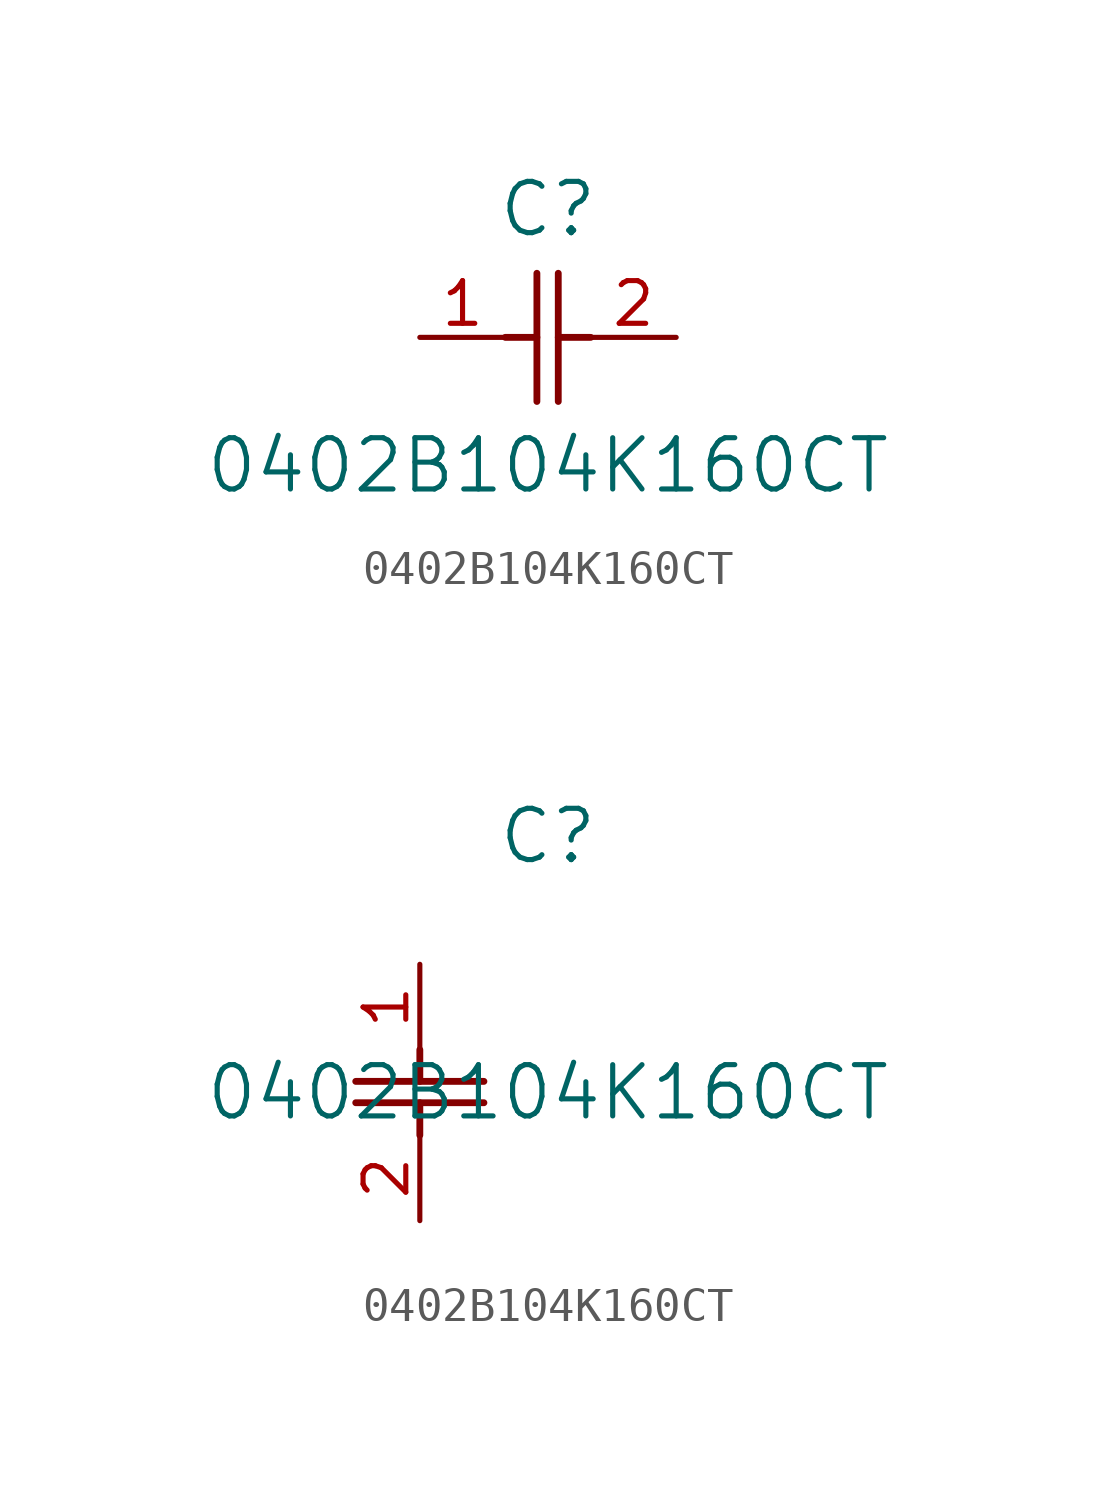
<source format=kicad_sym>
(kicad_symbol_lib
  (version 20211014)
  (generator kicad_symbol_editor)
  (symbol "0402B104K160CT"
    (pin_names
      (offset 0.254))
    (property "Reference" "C"
      (at 3.81 3.81 0)
      (effects (font (size 1.524 1.524))))
    (property "Value" "0402B104K160CT"
      (at 3.81 -3.81 0)
      (effects (font (size 1.524 1.524))))
    (symbol "0402B104K160CT_1_1"
      (polyline (pts (xy 3.48 -1.905) (xy 3.48 1.905)) (stroke (width 0.203) (type default) (color 0 0 0 0)) (fill (type none)))
      (polyline (pts (xy 4.115 -1.905) (xy 4.115 1.905)) (stroke (width 0.203) (type default) (color 0 0 0 0)) (fill (type none)))
      (polyline (pts (xy 4.115 0) (xy 5.08 0)) (stroke (width 0.203) (type default) (color 0 0 0 0)) (fill (type none)))
      (polyline (pts (xy 2.54 0) (xy 3.48 0)) (stroke (width 0.203) (type default) (color 0 0 0 0)) (fill (type none)))
      (pin unspecified line (at 0 0 0) (length 2.54) (name "" (effects (font (size 1.27 1.27)))) (number "1" (effects (font (size 1.27 1.27)))))
      (pin unspecified line (at 7.62 0 180) (length 2.54) (name "" (effects (font (size 1.27 1.27)))) (number "2" (effects (font (size 1.27 1.27))))))
    (symbol "0402B104K160CT_1_2"
      (polyline (pts (xy -1.905 -3.48) (xy 1.905 -3.48)) (stroke (width 0.203) (type default) (color 0 0 0 0)) (fill (type none)))
      (polyline (pts (xy -1.905 -4.115) (xy 1.905 -4.115)) (stroke (width 0.203) (type default) (color 0 0 0 0)) (fill (type none)))
      (polyline (pts (xy 0 -4.115) (xy 0 -5.08)) (stroke (width 0.203) (type default) (color 0 0 0 0)) (fill (type none)))
      (polyline (pts (xy 0 -2.54) (xy 0 -3.48)) (stroke (width 0.203) (type default) (color 0 0 0 0)) (fill (type none)))
      (pin unspecified line (at 0 0 270) (length 2.54) (name "" (effects (font (size 1.27 1.27)))) (number "1" (effects (font (size 1.27 1.27)))))
      (pin unspecified line (at 0 -7.62 90) (length 2.54) (name "" (effects (font (size 1.27 1.27)))) (number "2" (effects (font (size 1.27 1.27))))))))
</source>
